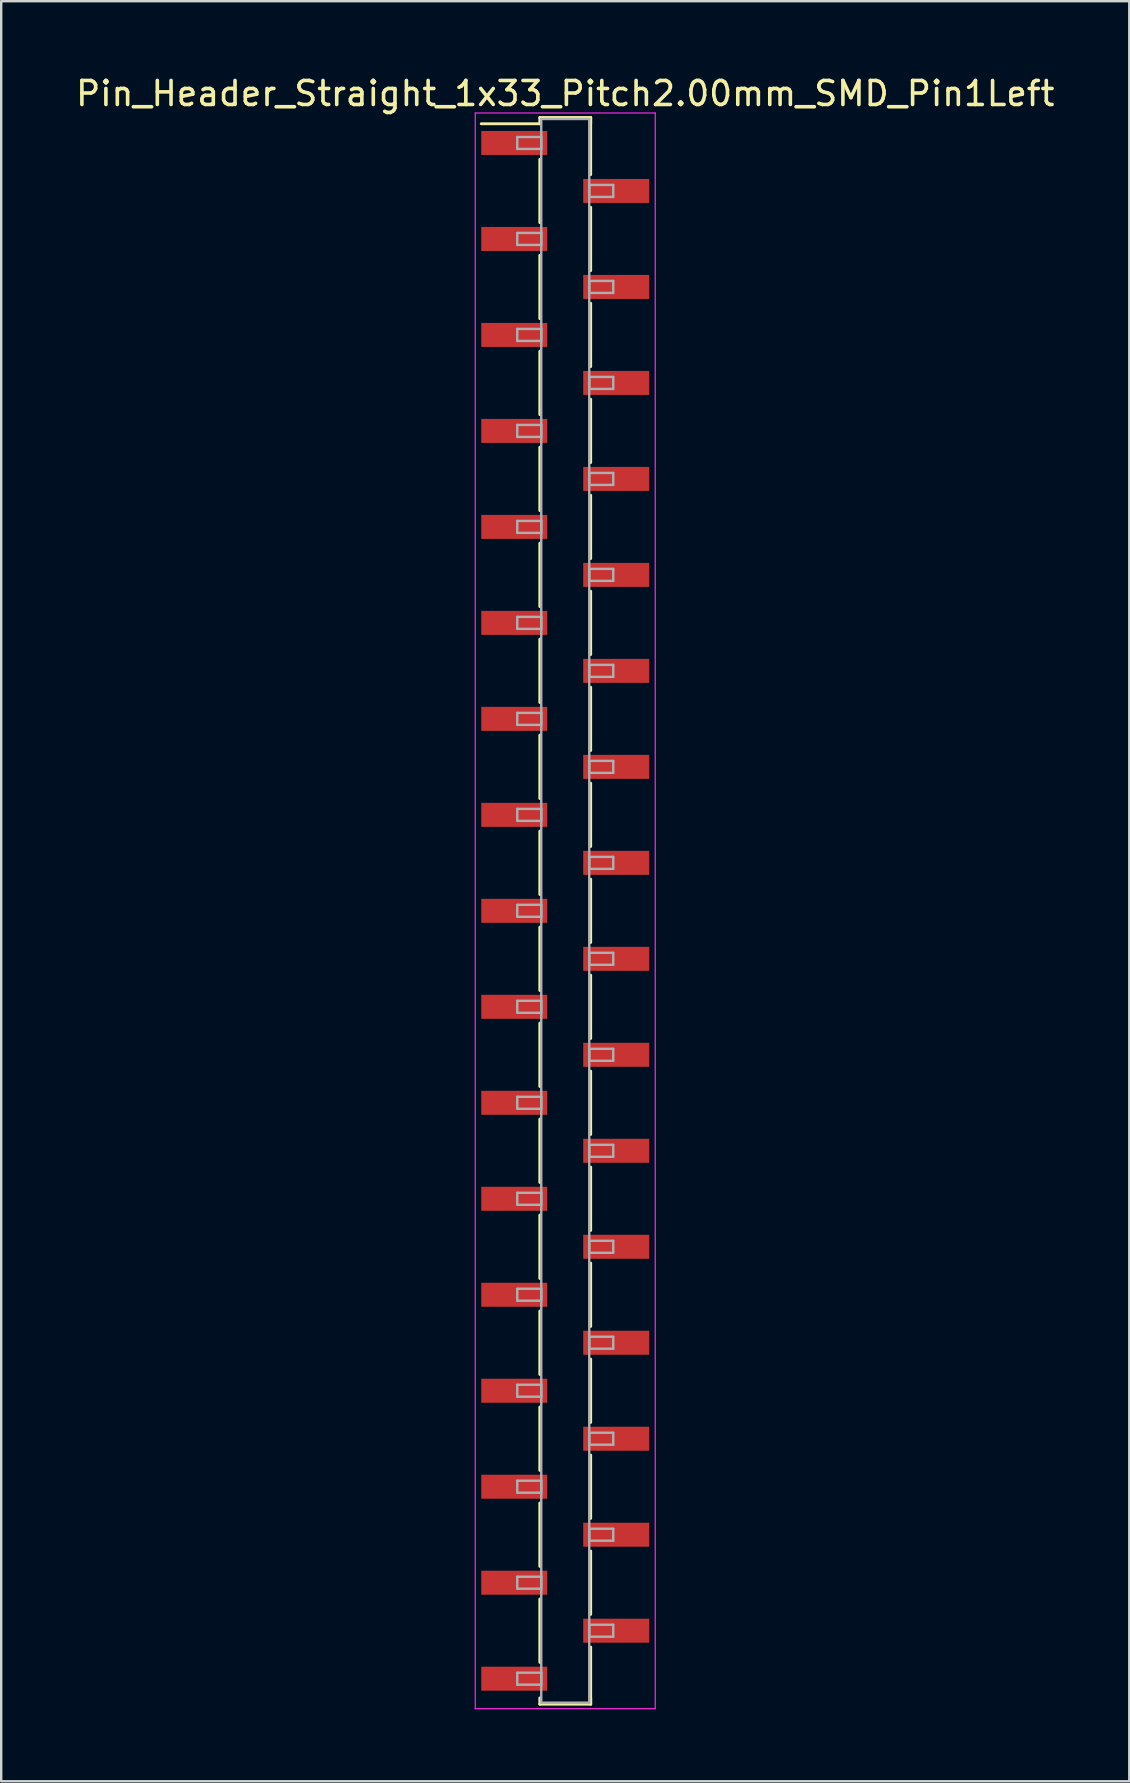
<source format=kicad_pcb>
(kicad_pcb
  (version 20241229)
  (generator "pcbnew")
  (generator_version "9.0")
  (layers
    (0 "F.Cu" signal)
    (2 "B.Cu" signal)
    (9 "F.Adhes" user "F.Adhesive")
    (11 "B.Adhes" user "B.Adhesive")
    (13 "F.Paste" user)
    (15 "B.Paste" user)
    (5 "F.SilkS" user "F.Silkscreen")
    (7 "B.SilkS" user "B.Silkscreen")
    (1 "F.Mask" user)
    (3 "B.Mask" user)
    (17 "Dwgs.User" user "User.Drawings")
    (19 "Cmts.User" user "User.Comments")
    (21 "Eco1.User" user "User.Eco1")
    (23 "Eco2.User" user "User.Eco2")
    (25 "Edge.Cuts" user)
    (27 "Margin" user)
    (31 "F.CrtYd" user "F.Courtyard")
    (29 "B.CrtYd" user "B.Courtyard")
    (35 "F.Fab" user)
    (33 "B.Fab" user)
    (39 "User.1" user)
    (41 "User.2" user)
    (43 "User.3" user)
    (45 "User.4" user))
  (footprint "Pin_Header_Straight_1x33_Pitch2.00mm_SMD_Pin1Left"
    (layer "F.Cu")
    (at 20.506 34.908)
    (property "Reference" "Pin_Header_Straight_1x33_Pitch2.00mm_SMD_Pin1Left" (at 0 -34.06 0) (layer "F.SilkS") (effects (font (size 1 1) (thickness 0.15))))
    (attr smd)
    (fp_line (start -1.06 -33.06) (end 1.06 -33.06) (stroke (width 0.12) (type solid)) (layer "F.SilkS"))
    (fp_line (start -1.06 -32.8) (end -3.5 -32.8) (stroke (width 0.12) (type solid)) (layer "F.SilkS"))
    (fp_line (start -1.06 -32.8) (end -1.06 -33.06) (stroke (width 0.12) (type solid)) (layer "F.SilkS"))
    (fp_line (start -1.06 -31.32) (end -1.06 -28.68) (stroke (width 0.12) (type solid)) (layer "F.SilkS"))
    (fp_line (start -1.06 -27.32) (end -1.06 -24.68) (stroke (width 0.12) (type solid)) (layer "F.SilkS"))
    (fp_line (start -1.06 -23.32) (end -1.06 -20.68) (stroke (width 0.12) (type solid)) (layer "F.SilkS"))
    (fp_line (start -1.06 -19.32) (end -1.06 -16.68) (stroke (width 0.12) (type solid)) (layer "F.SilkS"))
    (fp_line (start -1.06 -15.32) (end -1.06 -12.68) (stroke (width 0.12) (type solid)) (layer "F.SilkS"))
    (fp_line (start -1.06 -11.32) (end -1.06 -8.68) (stroke (width 0.12) (type solid)) (layer "F.SilkS"))
    (fp_line (start -1.06 -7.32) (end -1.06 -4.68) (stroke (width 0.12) (type solid)) (layer "F.SilkS"))
    (fp_line (start -1.06 -3.32) (end -1.06 -0.68) (stroke (width 0.12) (type solid)) (layer "F.SilkS"))
    (fp_line (start -1.06 0.68) (end -1.06 3.32) (stroke (width 0.12) (type solid)) (layer "F.SilkS"))
    (fp_line (start -1.06 4.68) (end -1.06 7.32) (stroke (width 0.12) (type solid)) (layer "F.SilkS"))
    (fp_line (start -1.06 8.68) (end -1.06 11.32) (stroke (width 0.12) (type solid)) (layer "F.SilkS"))
    (fp_line (start -1.06 12.68) (end -1.06 15.32) (stroke (width 0.12) (type solid)) (layer "F.SilkS"))
    (fp_line (start -1.06 16.68) (end -1.06 19.32) (stroke (width 0.12) (type solid)) (layer "F.SilkS"))
    (fp_line (start -1.06 20.68) (end -1.06 23.32) (stroke (width 0.12) (type solid)) (layer "F.SilkS"))
    (fp_line (start -1.06 24.68) (end -1.06 27.32) (stroke (width 0.12) (type solid)) (layer "F.SilkS"))
    (fp_line (start -1.06 28.68) (end -1.06 31.32) (stroke (width 0.12) (type solid)) (layer "F.SilkS"))
    (fp_line (start -1.06 32.8) (end -1.06 33.06) (stroke (width 0.12) (type solid)) (layer "F.SilkS"))
    (fp_line (start -1.06 33.06) (end 1.06 33.06) (stroke (width 0.12) (type solid)) (layer "F.SilkS"))
    (fp_line (start 1.06 -33.06) (end 1.06 -32.8) (stroke (width 0.12) (type solid)) (layer "F.SilkS"))
    (fp_line (start 1.06 -33.06) (end 1.06 -30.68) (stroke (width 0.12) (type solid)) (layer "F.SilkS"))
    (fp_line (start 1.06 -29.32) (end 1.06 -26.68) (stroke (width 0.12) (type solid)) (layer "F.SilkS"))
    (fp_line (start 1.06 -25.32) (end 1.06 -22.68) (stroke (width 0.12) (type solid)) (layer "F.SilkS"))
    (fp_line (start 1.06 -21.32) (end 1.06 -18.68) (stroke (width 0.12) (type solid)) (layer "F.SilkS"))
    (fp_line (start 1.06 -17.32) (end 1.06 -14.68) (stroke (width 0.12) (type solid)) (layer "F.SilkS"))
    (fp_line (start 1.06 -13.32) (end 1.06 -10.68) (stroke (width 0.12) (type solid)) (layer "F.SilkS"))
    (fp_line (start 1.06 -9.32) (end 1.06 -6.68) (stroke (width 0.12) (type solid)) (layer "F.SilkS"))
    (fp_line (start 1.06 -5.32) (end 1.06 -2.68) (stroke (width 0.12) (type solid)) (layer "F.SilkS"))
    (fp_line (start 1.06 -1.32) (end 1.06 1.32) (stroke (width 0.12) (type solid)) (layer "F.SilkS"))
    (fp_line (start 1.06 2.68) (end 1.06 5.32) (stroke (width 0.12) (type solid)) (layer "F.SilkS"))
    (fp_line (start 1.06 6.68) (end 1.06 9.32) (stroke (width 0.12) (type solid)) (layer "F.SilkS"))
    (fp_line (start 1.06 10.68) (end 1.06 13.32) (stroke (width 0.12) (type solid)) (layer "F.SilkS"))
    (fp_line (start 1.06 14.68) (end 1.06 17.32) (stroke (width 0.12) (type solid)) (layer "F.SilkS"))
    (fp_line (start 1.06 18.68) (end 1.06 21.32) (stroke (width 0.12) (type solid)) (layer "F.SilkS"))
    (fp_line (start 1.06 22.68) (end 1.06 25.32) (stroke (width 0.12) (type solid)) (layer "F.SilkS"))
    (fp_line (start 1.06 26.68) (end 1.06 29.32) (stroke (width 0.12) (type solid)) (layer "F.SilkS"))
    (fp_line (start 1.06 30.68) (end 1.06 33.06) (stroke (width 0.12) (type solid)) (layer "F.SilkS"))
    (fp_line (start 1.06 33.06) (end 1.06 32.8) (stroke (width 0.12) (type solid)) (layer "F.SilkS"))
    (fp_line (start -3.75 -33.25) (end -3.75 33.25) (stroke (width 0.05) (type solid)) (layer "F.CrtYd"))
    (fp_line (start -3.75 33.25) (end 3.75 33.25) (stroke (width 0.05) (type solid)) (layer "F.CrtYd"))
    (fp_line (start 3.75 -33.25) (end -3.75 -33.25) (stroke (width 0.05) (type solid)) (layer "F.CrtYd"))
    (fp_line (start 3.75 33.25) (end 3.75 -33.25) (stroke (width 0.05) (type solid)) (layer "F.CrtYd"))
    (fp_line (start -2 -32.25) (end -1 -32.25) (stroke (width 0.1) (type solid)) (layer "F.Fab"))
    (fp_line (start -2 -31.75) (end -2 -32.25) (stroke (width 0.1) (type solid)) (layer "F.Fab"))
    (fp_line (start -2 -28.25) (end -1 -28.25) (stroke (width 0.1) (type solid)) (layer "F.Fab"))
    (fp_line (start -2 -27.75) (end -2 -28.25) (stroke (width 0.1) (type solid)) (layer "F.Fab"))
    (fp_line (start -2 -24.25) (end -1 -24.25) (stroke (width 0.1) (type solid)) (layer "F.Fab"))
    (fp_line (start -2 -23.75) (end -2 -24.25) (stroke (width 0.1) (type solid)) (layer "F.Fab"))
    (fp_line (start -2 -20.25) (end -1 -20.25) (stroke (width 0.1) (type solid)) (layer "F.Fab"))
    (fp_line (start -2 -19.75) (end -2 -20.25) (stroke (width 0.1) (type solid)) (layer "F.Fab"))
    (fp_line (start -2 -16.25) (end -1 -16.25) (stroke (width 0.1) (type solid)) (layer "F.Fab"))
    (fp_line (start -2 -15.75) (end -2 -16.25) (stroke (width 0.1) (type solid)) (layer "F.Fab"))
    (fp_line (start -2 -12.25) (end -1 -12.25) (stroke (width 0.1) (type solid)) (layer "F.Fab"))
    (fp_line (start -2 -11.75) (end -2 -12.25) (stroke (width 0.1) (type solid)) (layer "F.Fab"))
    (fp_line (start -2 -8.25) (end -1 -8.25) (stroke (width 0.1) (type solid)) (layer "F.Fab"))
    (fp_line (start -2 -7.75) (end -2 -8.25) (stroke (width 0.1) (type solid)) (layer "F.Fab"))
    (fp_line (start -2 -4.25) (end -1 -4.25) (stroke (width 0.1) (type solid)) (layer "F.Fab"))
    (fp_line (start -2 -3.75) (end -2 -4.25) (stroke (width 0.1) (type solid)) (layer "F.Fab"))
    (fp_line (start -2 -0.25) (end -1 -0.25) (stroke (width 0.1) (type solid)) (layer "F.Fab"))
    (fp_line (start -2 0.25) (end -2 -0.25) (stroke (width 0.1) (type solid)) (layer "F.Fab"))
    (fp_line (start -2 3.75) (end -1 3.75) (stroke (width 0.1) (type solid)) (layer "F.Fab"))
    (fp_line (start -2 4.25) (end -2 3.75) (stroke (width 0.1) (type solid)) (layer "F.Fab"))
    (fp_line (start -2 7.75) (end -1 7.75) (stroke (width 0.1) (type solid)) (layer "F.Fab"))
    (fp_line (start -2 8.25) (end -2 7.75) (stroke (width 0.1) (type solid)) (layer "F.Fab"))
    (fp_line (start -2 11.75) (end -1 11.75) (stroke (width 0.1) (type solid)) (layer "F.Fab"))
    (fp_line (start -2 12.25) (end -2 11.75) (stroke (width 0.1) (type solid)) (layer "F.Fab"))
    (fp_line (start -2 15.75) (end -1 15.75) (stroke (width 0.1) (type solid)) (layer "F.Fab"))
    (fp_line (start -2 16.25) (end -2 15.75) (stroke (width 0.1) (type solid)) (layer "F.Fab"))
    (fp_line (start -2 19.75) (end -1 19.75) (stroke (width 0.1) (type solid)) (layer "F.Fab"))
    (fp_line (start -2 20.25) (end -2 19.75) (stroke (width 0.1) (type solid)) (layer "F.Fab"))
    (fp_line (start -2 23.75) (end -1 23.75) (stroke (width 0.1) (type solid)) (layer "F.Fab"))
    (fp_line (start -2 24.25) (end -2 23.75) (stroke (width 0.1) (type solid)) (layer "F.Fab"))
    (fp_line (start -2 27.75) (end -1 27.75) (stroke (width 0.1) (type solid)) (layer "F.Fab"))
    (fp_line (start -2 28.25) (end -2 27.75) (stroke (width 0.1) (type solid)) (layer "F.Fab"))
    (fp_line (start -2 31.75) (end -1 31.75) (stroke (width 0.1) (type solid)) (layer "F.Fab"))
    (fp_line (start -2 32.25) (end -2 31.75) (stroke (width 0.1) (type solid)) (layer "F.Fab"))
    (fp_line (start -1 -33) (end -1 33) (stroke (width 0.1) (type solid)) (layer "F.Fab"))
    (fp_line (start -1 -32.25) (end -1 -31.75) (stroke (width 0.1) (type solid)) (layer "F.Fab"))
    (fp_line (start -1 -31.75) (end -2 -31.75) (stroke (width 0.1) (type solid)) (layer "F.Fab"))
    (fp_line (start -1 -28.25) (end -1 -27.75) (stroke (width 0.1) (type solid)) (layer "F.Fab"))
    (fp_line (start -1 -27.75) (end -2 -27.75) (stroke (width 0.1) (type solid)) (layer "F.Fab"))
    (fp_line (start -1 -24.25) (end -1 -23.75) (stroke (width 0.1) (type solid)) (layer "F.Fab"))
    (fp_line (start -1 -23.75) (end -2 -23.75) (stroke (width 0.1) (type solid)) (layer "F.Fab"))
    (fp_line (start -1 -20.25) (end -1 -19.75) (stroke (width 0.1) (type solid)) (layer "F.Fab"))
    (fp_line (start -1 -19.75) (end -2 -19.75) (stroke (width 0.1) (type solid)) (layer "F.Fab"))
    (fp_line (start -1 -16.25) (end -1 -15.75) (stroke (width 0.1) (type solid)) (layer "F.Fab"))
    (fp_line (start -1 -15.75) (end -2 -15.75) (stroke (width 0.1) (type solid)) (layer "F.Fab"))
    (fp_line (start -1 -12.25) (end -1 -11.75) (stroke (width 0.1) (type solid)) (layer "F.Fab"))
    (fp_line (start -1 -11.75) (end -2 -11.75) (stroke (width 0.1) (type solid)) (layer "F.Fab"))
    (fp_line (start -1 -8.25) (end -1 -7.75) (stroke (width 0.1) (type solid)) (layer "F.Fab"))
    (fp_line (start -1 -7.75) (end -2 -7.75) (stroke (width 0.1) (type solid)) (layer "F.Fab"))
    (fp_line (start -1 -4.25) (end -1 -3.75) (stroke (width 0.1) (type solid)) (layer "F.Fab"))
    (fp_line (start -1 -3.75) (end -2 -3.75) (stroke (width 0.1) (type solid)) (layer "F.Fab"))
    (fp_line (start -1 -0.25) (end -1 0.25) (stroke (width 0.1) (type solid)) (layer "F.Fab"))
    (fp_line (start -1 0.25) (end -2 0.25) (stroke (width 0.1) (type solid)) (layer "F.Fab"))
    (fp_line (start -1 3.75) (end -1 4.25) (stroke (width 0.1) (type solid)) (layer "F.Fab"))
    (fp_line (start -1 4.25) (end -2 4.25) (stroke (width 0.1) (type solid)) (layer "F.Fab"))
    (fp_line (start -1 7.75) (end -1 8.25) (stroke (width 0.1) (type solid)) (layer "F.Fab"))
    (fp_line (start -1 8.25) (end -2 8.25) (stroke (width 0.1) (type solid)) (layer "F.Fab"))
    (fp_line (start -1 11.75) (end -1 12.25) (stroke (width 0.1) (type solid)) (layer "F.Fab"))
    (fp_line (start -1 12.25) (end -2 12.25) (stroke (width 0.1) (type solid)) (layer "F.Fab"))
    (fp_line (start -1 15.75) (end -1 16.25) (stroke (width 0.1) (type solid)) (layer "F.Fab"))
    (fp_line (start -1 16.25) (end -2 16.25) (stroke (width 0.1) (type solid)) (layer "F.Fab"))
    (fp_line (start -1 19.75) (end -1 20.25) (stroke (width 0.1) (type solid)) (layer "F.Fab"))
    (fp_line (start -1 20.25) (end -2 20.25) (stroke (width 0.1) (type solid)) (layer "F.Fab"))
    (fp_line (start -1 23.75) (end -1 24.25) (stroke (width 0.1) (type solid)) (layer "F.Fab"))
    (fp_line (start -1 24.25) (end -2 24.25) (stroke (width 0.1) (type solid)) (layer "F.Fab"))
    (fp_line (start -1 27.75) (end -1 28.25) (stroke (width 0.1) (type solid)) (layer "F.Fab"))
    (fp_line (start -1 28.25) (end -2 28.25) (stroke (width 0.1) (type solid)) (layer "F.Fab"))
    (fp_line (start -1 31.75) (end -1 32.25) (stroke (width 0.1) (type solid)) (layer "F.Fab"))
    (fp_line (start -1 32.25) (end -2 32.25) (stroke (width 0.1) (type solid)) (layer "F.Fab"))
    (fp_line (start -1 33) (end 1 33) (stroke (width 0.1) (type solid)) (layer "F.Fab"))
    (fp_line (start 1 -33) (end -1 -33) (stroke (width 0.1) (type solid)) (layer "F.Fab"))
    (fp_line (start 1 -30.25) (end 1 -29.75) (stroke (width 0.1) (type solid)) (layer "F.Fab"))
    (fp_line (start 1 -29.75) (end 2 -29.75) (stroke (width 0.1) (type solid)) (layer "F.Fab"))
    (fp_line (start 1 -26.25) (end 1 -25.75) (stroke (width 0.1) (type solid)) (layer "F.Fab"))
    (fp_line (start 1 -25.75) (end 2 -25.75) (stroke (width 0.1) (type solid)) (layer "F.Fab"))
    (fp_line (start 1 -22.25) (end 1 -21.75) (stroke (width 0.1) (type solid)) (layer "F.Fab"))
    (fp_line (start 1 -21.75) (end 2 -21.75) (stroke (width 0.1) (type solid)) (layer "F.Fab"))
    (fp_line (start 1 -18.25) (end 1 -17.75) (stroke (width 0.1) (type solid)) (layer "F.Fab"))
    (fp_line (start 1 -17.75) (end 2 -17.75) (stroke (width 0.1) (type solid)) (layer "F.Fab"))
    (fp_line (start 1 -14.25) (end 1 -13.75) (stroke (width 0.1) (type solid)) (layer "F.Fab"))
    (fp_line (start 1 -13.75) (end 2 -13.75) (stroke (width 0.1) (type solid)) (layer "F.Fab"))
    (fp_line (start 1 -10.25) (end 1 -9.75) (stroke (width 0.1) (type solid)) (layer "F.Fab"))
    (fp_line (start 1 -9.75) (end 2 -9.75) (stroke (width 0.1) (type solid)) (layer "F.Fab"))
    (fp_line (start 1 -6.25) (end 1 -5.75) (stroke (width 0.1) (type solid)) (layer "F.Fab"))
    (fp_line (start 1 -5.75) (end 2 -5.75) (stroke (width 0.1) (type solid)) (layer "F.Fab"))
    (fp_line (start 1 -2.25) (end 1 -1.75) (stroke (width 0.1) (type solid)) (layer "F.Fab"))
    (fp_line (start 1 -1.75) (end 2 -1.75) (stroke (width 0.1) (type solid)) (layer "F.Fab"))
    (fp_line (start 1 1.75) (end 1 2.25) (stroke (width 0.1) (type solid)) (layer "F.Fab"))
    (fp_line (start 1 2.25) (end 2 2.25) (stroke (width 0.1) (type solid)) (layer "F.Fab"))
    (fp_line (start 1 5.75) (end 1 6.25) (stroke (width 0.1) (type solid)) (layer "F.Fab"))
    (fp_line (start 1 6.25) (end 2 6.25) (stroke (width 0.1) (type solid)) (layer "F.Fab"))
    (fp_line (start 1 9.75) (end 1 10.25) (stroke (width 0.1) (type solid)) (layer "F.Fab"))
    (fp_line (start 1 10.25) (end 2 10.25) (stroke (width 0.1) (type solid)) (layer "F.Fab"))
    (fp_line (start 1 13.75) (end 1 14.25) (stroke (width 0.1) (type solid)) (layer "F.Fab"))
    (fp_line (start 1 14.25) (end 2 14.25) (stroke (width 0.1) (type solid)) (layer "F.Fab"))
    (fp_line (start 1 17.75) (end 1 18.25) (stroke (width 0.1) (type solid)) (layer "F.Fab"))
    (fp_line (start 1 18.25) (end 2 18.25) (stroke (width 0.1) (type solid)) (layer "F.Fab"))
    (fp_line (start 1 21.75) (end 1 22.25) (stroke (width 0.1) (type solid)) (layer "F.Fab"))
    (fp_line (start 1 22.25) (end 2 22.25) (stroke (width 0.1) (type solid)) (layer "F.Fab"))
    (fp_line (start 1 25.75) (end 1 26.25) (stroke (width 0.1) (type solid)) (layer "F.Fab"))
    (fp_line (start 1 26.25) (end 2 26.25) (stroke (width 0.1) (type solid)) (layer "F.Fab"))
    (fp_line (start 1 29.75) (end 1 30.25) (stroke (width 0.1) (type solid)) (layer "F.Fab"))
    (fp_line (start 1 30.25) (end 2 30.25) (stroke (width 0.1) (type solid)) (layer "F.Fab"))
    (fp_line (start 1 33) (end 1 -33) (stroke (width 0.1) (type solid)) (layer "F.Fab"))
    (fp_line (start 2 -30.25) (end 1 -30.25) (stroke (width 0.1) (type solid)) (layer "F.Fab"))
    (fp_line (start 2 -29.75) (end 2 -30.25) (stroke (width 0.1) (type solid)) (layer "F.Fab"))
    (fp_line (start 2 -26.25) (end 1 -26.25) (stroke (width 0.1) (type solid)) (layer "F.Fab"))
    (fp_line (start 2 -25.75) (end 2 -26.25) (stroke (width 0.1) (type solid)) (layer "F.Fab"))
    (fp_line (start 2 -22.25) (end 1 -22.25) (stroke (width 0.1) (type solid)) (layer "F.Fab"))
    (fp_line (start 2 -21.75) (end 2 -22.25) (stroke (width 0.1) (type solid)) (layer "F.Fab"))
    (fp_line (start 2 -18.25) (end 1 -18.25) (stroke (width 0.1) (type solid)) (layer "F.Fab"))
    (fp_line (start 2 -17.75) (end 2 -18.25) (stroke (width 0.1) (type solid)) (layer "F.Fab"))
    (fp_line (start 2 -14.25) (end 1 -14.25) (stroke (width 0.1) (type solid)) (layer "F.Fab"))
    (fp_line (start 2 -13.75) (end 2 -14.25) (stroke (width 0.1) (type solid)) (layer "F.Fab"))
    (fp_line (start 2 -10.25) (end 1 -10.25) (stroke (width 0.1) (type solid)) (layer "F.Fab"))
    (fp_line (start 2 -9.75) (end 2 -10.25) (stroke (width 0.1) (type solid)) (layer "F.Fab"))
    (fp_line (start 2 -6.25) (end 1 -6.25) (stroke (width 0.1) (type solid)) (layer "F.Fab"))
    (fp_line (start 2 -5.75) (end 2 -6.25) (stroke (width 0.1) (type solid)) (layer "F.Fab"))
    (fp_line (start 2 -2.25) (end 1 -2.25) (stroke (width 0.1) (type solid)) (layer "F.Fab"))
    (fp_line (start 2 -1.75) (end 2 -2.25) (stroke (width 0.1) (type solid)) (layer "F.Fab"))
    (fp_line (start 2 1.75) (end 1 1.75) (stroke (width 0.1) (type solid)) (layer "F.Fab"))
    (fp_line (start 2 2.25) (end 2 1.75) (stroke (width 0.1) (type solid)) (layer "F.Fab"))
    (fp_line (start 2 5.75) (end 1 5.75) (stroke (width 0.1) (type solid)) (layer "F.Fab"))
    (fp_line (start 2 6.25) (end 2 5.75) (stroke (width 0.1) (type solid)) (layer "F.Fab"))
    (fp_line (start 2 9.75) (end 1 9.75) (stroke (width 0.1) (type solid)) (layer "F.Fab"))
    (fp_line (start 2 10.25) (end 2 9.75) (stroke (width 0.1) (type solid)) (layer "F.Fab"))
    (fp_line (start 2 13.75) (end 1 13.75) (stroke (width 0.1) (type solid)) (layer "F.Fab"))
    (fp_line (start 2 14.25) (end 2 13.75) (stroke (width 0.1) (type solid)) (layer "F.Fab"))
    (fp_line (start 2 17.75) (end 1 17.75) (stroke (width 0.1) (type solid)) (layer "F.Fab"))
    (fp_line (start 2 18.25) (end 2 17.75) (stroke (width 0.1) (type solid)) (layer "F.Fab"))
    (fp_line (start 2 21.75) (end 1 21.75) (stroke (width 0.1) (type solid)) (layer "F.Fab"))
    (fp_line (start 2 22.25) (end 2 21.75) (stroke (width 0.1) (type solid)) (layer "F.Fab"))
    (fp_line (start 2 25.75) (end 1 25.75) (stroke (width 0.1) (type solid)) (layer "F.Fab"))
    (fp_line (start 2 26.25) (end 2 25.75) (stroke (width 0.1) (type solid)) (layer "F.Fab"))
    (fp_line (start 2 29.75) (end 1 29.75) (stroke (width 0.1) (type solid)) (layer "F.Fab"))
    (fp_line (start 2 30.25) (end 2 29.75) (stroke (width 0.1) (type solid)) (layer "F.Fab"))
    (pad "1" smd rect (at -2.125 -32) (size 2.75 1) (layers "F.Cu" "F.Mask"))
    (pad "2" smd rect (at 2.125 -30) (size 2.75 1) (layers "F.Cu" "F.Mask"))
    (pad "3" smd rect (at -2.125 -28) (size 2.75 1) (layers "F.Cu" "F.Mask"))
    (pad "4" smd rect (at 2.125 -26) (size 2.75 1) (layers "F.Cu" "F.Mask"))
    (pad "5" smd rect (at -2.125 -24) (size 2.75 1) (layers "F.Cu" "F.Mask"))
    (pad "6" smd rect (at 2.125 -22) (size 2.75 1) (layers "F.Cu" "F.Mask"))
    (pad "7" smd rect (at -2.125 -20) (size 2.75 1) (layers "F.Cu" "F.Mask"))
    (pad "8" smd rect (at 2.125 -18) (size 2.75 1) (layers "F.Cu" "F.Mask"))
    (pad "9" smd rect (at -2.125 -16) (size 2.75 1) (layers "F.Cu" "F.Mask"))
    (pad "10" smd rect (at 2.125 -14) (size 2.75 1) (layers "F.Cu" "F.Mask"))
    (pad "11" smd rect (at -2.125 -12) (size 2.75 1) (layers "F.Cu" "F.Mask"))
    (pad "12" smd rect (at 2.125 -10) (size 2.75 1) (layers "F.Cu" "F.Mask"))
    (pad "13" smd rect (at -2.125 -8) (size 2.75 1) (layers "F.Cu" "F.Mask"))
    (pad "14" smd rect (at 2.125 -6) (size 2.75 1) (layers "F.Cu" "F.Mask"))
    (pad "15" smd rect (at -2.125 -4) (size 2.75 1) (layers "F.Cu" "F.Mask"))
    (pad "16" smd rect (at 2.125 -2) (size 2.75 1) (layers "F.Cu" "F.Mask"))
    (pad "17" smd rect (at -2.125 0) (size 2.75 1) (layers "F.Cu" "F.Mask"))
    (pad "18" smd rect (at 2.125 2) (size 2.75 1) (layers "F.Cu" "F.Mask"))
    (pad "19" smd rect (at -2.125 4) (size 2.75 1) (layers "F.Cu" "F.Mask"))
    (pad "20" smd rect (at 2.125 6) (size 2.75 1) (layers "F.Cu" "F.Mask"))
    (pad "21" smd rect (at -2.125 8) (size 2.75 1) (layers "F.Cu" "F.Mask"))
    (pad "22" smd rect (at 2.125 10) (size 2.75 1) (layers "F.Cu" "F.Mask"))
    (pad "23" smd rect (at -2.125 12) (size 2.75 1) (layers "F.Cu" "F.Mask"))
    (pad "24" smd rect (at 2.125 14) (size 2.75 1) (layers "F.Cu" "F.Mask"))
    (pad "25" smd rect (at -2.125 16) (size 2.75 1) (layers "F.Cu" "F.Mask"))
    (pad "26" smd rect (at 2.125 18) (size 2.75 1) (layers "F.Cu" "F.Mask"))
    (pad "27" smd rect (at -2.125 20) (size 2.75 1) (layers "F.Cu" "F.Mask"))
    (pad "28" smd rect (at 2.125 22) (size 2.75 1) (layers "F.Cu" "F.Mask"))
    (pad "29" smd rect (at -2.125 24) (size 2.75 1) (layers "F.Cu" "F.Mask"))
    (pad "30" smd rect (at 2.125 26) (size 2.75 1) (layers "F.Cu" "F.Mask"))
    (pad "31" smd rect (at -2.125 28) (size 2.75 1) (layers "F.Cu" "F.Mask"))
    (pad "32" smd rect (at 2.125 30) (size 2.75 1) (layers "F.Cu" "F.Mask"))
    (pad "33" smd rect (at -2.125 32) (size 2.75 1) (layers "F.Cu" "F.Mask")))
  (gr_rect
    (start -3 -3)
    (end 44.012 71.183)
    (stroke (width 0.1) (type default))
    (fill no)
    (layer "Edge.Cuts")))
</source>
